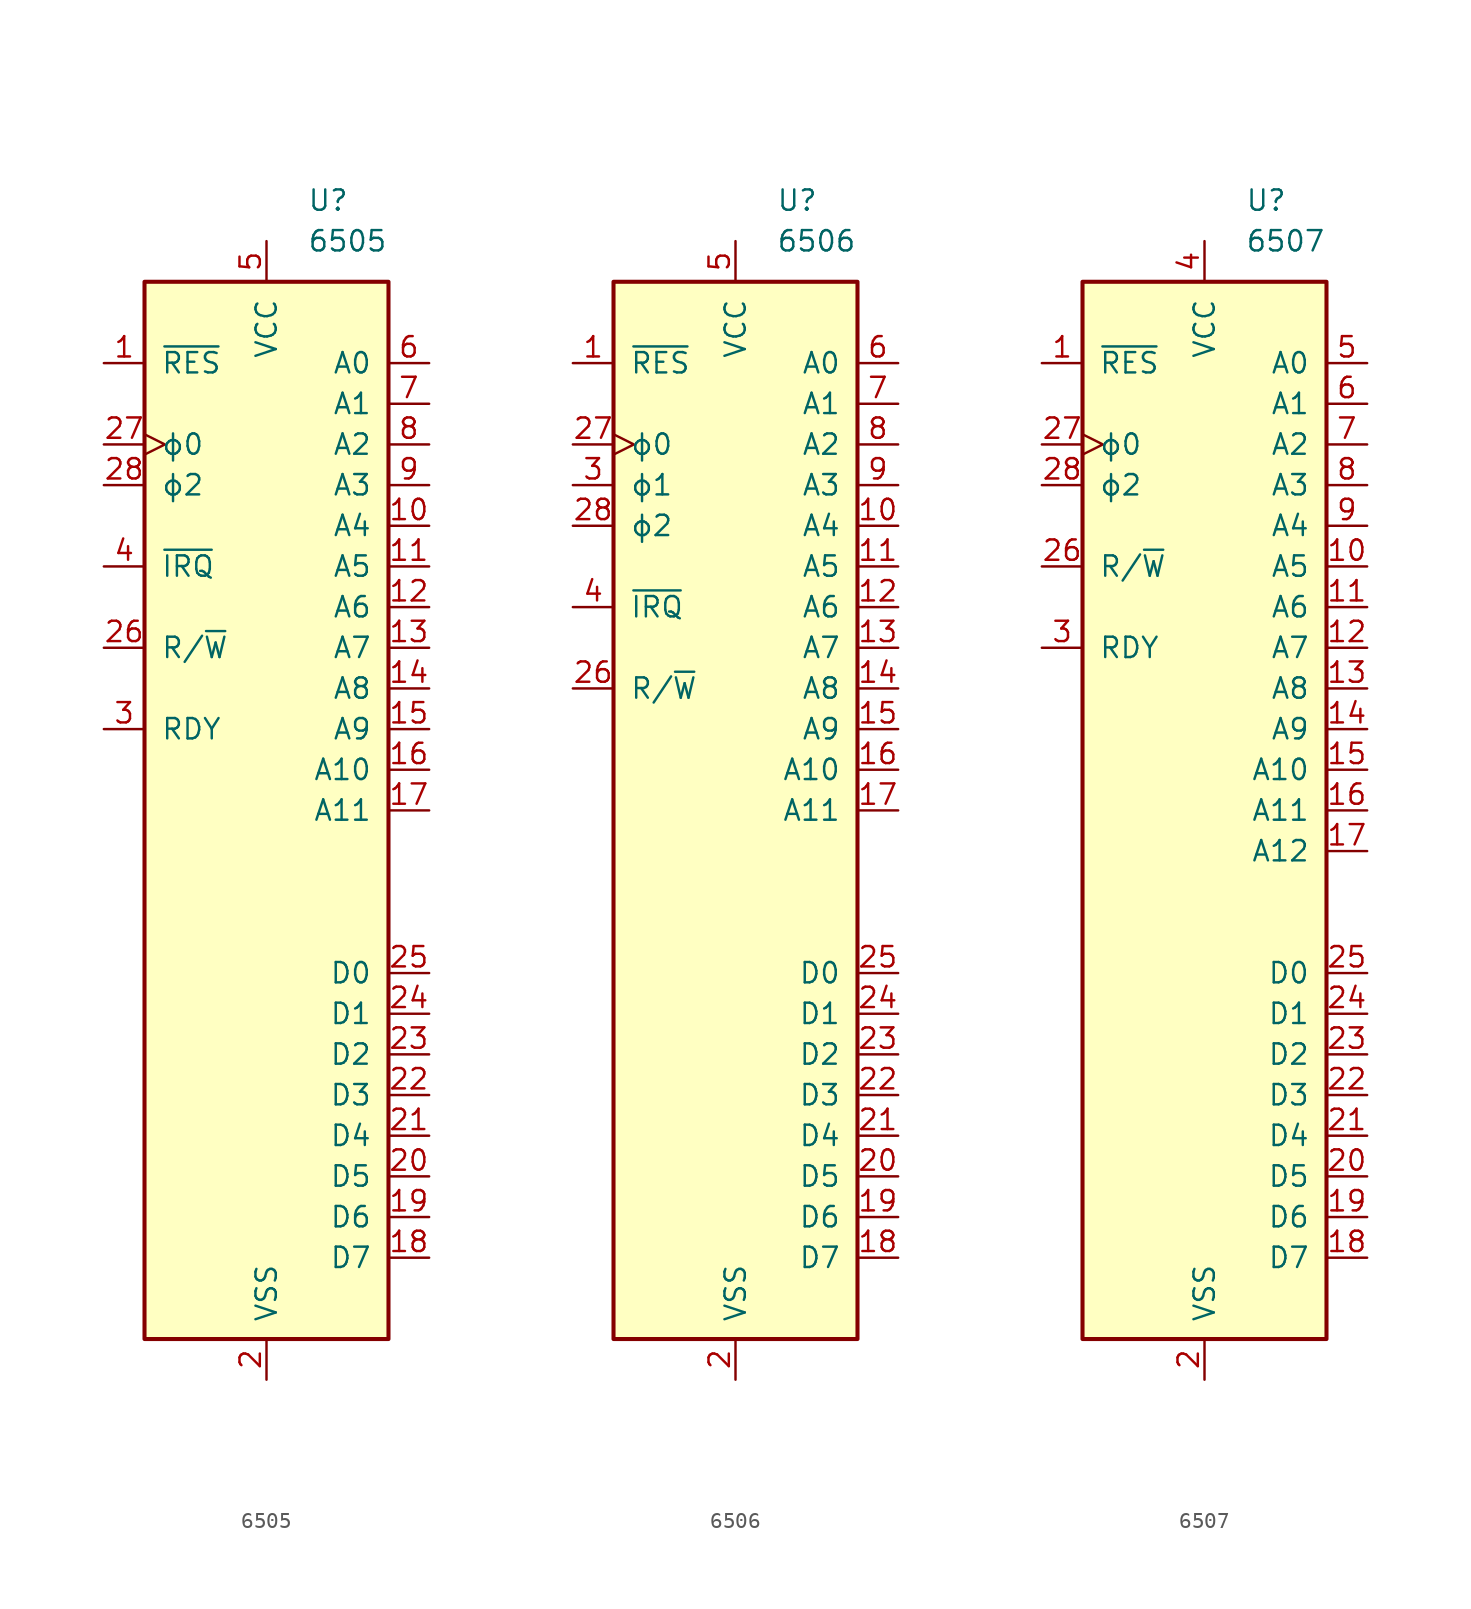
<source format=kicad_sym>
(kicad_symbol_lib
  (version 20211014)
  (generator kicad_symbol_editor)
  (symbol "6505"
    (pin_names
      (offset 1.016))
    (property "Reference" "U"
      (at 2.54 38.1 0)
      (effects (font (size 1.27 1.27)) (justify left)))
    (property "Value" "6505"
      (at 2.54 35.56 0)
      (effects (font (size 1.27 1.27)) (justify left)))
    (symbol "6505_0_1"
      (rectangle (start -7.62 33.02) (end 7.62 -33.02) (stroke (width 0.254) (type default) (color 0 0 0 0)) (fill (type background))))
    (symbol "6505_1_1"
      (pin input line (at -10.16 27.94 0) (length 2.54) (name "~{RES}" (effects (font (size 1.27 1.27)))) (number "1" (effects (font (size 1.27 1.27)))))
      (pin output line (at 10.16 17.78 180) (length 2.54) (name "A4" (effects (font (size 1.27 1.27)))) (number "10" (effects (font (size 1.27 1.27)))))
      (pin output line (at 10.16 15.24 180) (length 2.54) (name "A5" (effects (font (size 1.27 1.27)))) (number "11" (effects (font (size 1.27 1.27)))))
      (pin output line (at 10.16 12.7 180) (length 2.54) (name "A6" (effects (font (size 1.27 1.27)))) (number "12" (effects (font (size 1.27 1.27)))))
      (pin output line (at 10.16 10.16 180) (length 2.54) (name "A7" (effects (font (size 1.27 1.27)))) (number "13" (effects (font (size 1.27 1.27)))))
      (pin output line (at 10.16 7.62 180) (length 2.54) (name "A8" (effects (font (size 1.27 1.27)))) (number "14" (effects (font (size 1.27 1.27)))))
      (pin output line (at 10.16 5.08 180) (length 2.54) (name "A9" (effects (font (size 1.27 1.27)))) (number "15" (effects (font (size 1.27 1.27)))))
      (pin output line (at 10.16 2.54 180) (length 2.54) (name "A10" (effects (font (size 1.27 1.27)))) (number "16" (effects (font (size 1.27 1.27)))))
      (pin output line (at 10.16 0 180) (length 2.54) (name "A11" (effects (font (size 1.27 1.27)))) (number "17" (effects (font (size 1.27 1.27)))))
      (pin bidirectional line (at 10.16 -27.94 180) (length 2.54) (name "D7" (effects (font (size 1.27 1.27)))) (number "18" (effects (font (size 1.27 1.27)))))
      (pin bidirectional line (at 10.16 -25.4 180) (length 2.54) (name "D6" (effects (font (size 1.27 1.27)))) (number "19" (effects (font (size 1.27 1.27)))))
      (pin power_in line (at 0 -35.56 90) (length 2.54) (name "VSS" (effects (font (size 1.27 1.27)))) (number "2" (effects (font (size 1.27 1.27)))))
      (pin bidirectional line (at 10.16 -22.86 180) (length 2.54) (name "D5" (effects (font (size 1.27 1.27)))) (number "20" (effects (font (size 1.27 1.27)))))
      (pin bidirectional line (at 10.16 -20.32 180) (length 2.54) (name "D4" (effects (font (size 1.27 1.27)))) (number "21" (effects (font (size 1.27 1.27)))))
      (pin bidirectional line (at 10.16 -17.78 180) (length 2.54) (name "D3" (effects (font (size 1.27 1.27)))) (number "22" (effects (font (size 1.27 1.27)))))
      (pin bidirectional line (at 10.16 -15.24 180) (length 2.54) (name "D2" (effects (font (size 1.27 1.27)))) (number "23" (effects (font (size 1.27 1.27)))))
      (pin bidirectional line (at 10.16 -12.7 180) (length 2.54) (name "D1" (effects (font (size 1.27 1.27)))) (number "24" (effects (font (size 1.27 1.27)))))
      (pin bidirectional line (at 10.16 -10.16 180) (length 2.54) (name "D0" (effects (font (size 1.27 1.27)))) (number "25" (effects (font (size 1.27 1.27)))))
      (pin output line (at -10.16 10.16 0) (length 2.54) (name "R/~{W}" (effects (font (size 1.27 1.27)))) (number "26" (effects (font (size 1.27 1.27)))))
      (pin input clock (at -10.16 22.86 0) (length 2.54) (name "ϕ0" (effects (font (size 1.27 1.27)))) (number "27" (effects (font (size 1.27 1.27)))))
      (pin output line (at -10.16 20.32 0) (length 2.54) (name "ϕ2" (effects (font (size 1.27 1.27)))) (number "28" (effects (font (size 1.27 1.27)))))
      (pin input line (at -10.16 5.08 0) (length 2.54) (name "RDY" (effects (font (size 1.27 1.27)))) (number "3" (effects (font (size 1.27 1.27)))))
      (pin input line (at -10.16 15.24 0) (length 2.54) (name "~{IRQ}" (effects (font (size 1.27 1.27)))) (number "4" (effects (font (size 1.27 1.27)))))
      (pin power_in line (at 0 35.56 270) (length 2.54) (name "VCC" (effects (font (size 1.27 1.27)))) (number "5" (effects (font (size 1.27 1.27)))))
      (pin output line (at 10.16 27.94 180) (length 2.54) (name "A0" (effects (font (size 1.27 1.27)))) (number "6" (effects (font (size 1.27 1.27)))))
      (pin output line (at 10.16 25.4 180) (length 2.54) (name "A1" (effects (font (size 1.27 1.27)))) (number "7" (effects (font (size 1.27 1.27)))))
      (pin output line (at 10.16 22.86 180) (length 2.54) (name "A2" (effects (font (size 1.27 1.27)))) (number "8" (effects (font (size 1.27 1.27)))))
      (pin output line (at 10.16 20.32 180) (length 2.54) (name "A3" (effects (font (size 1.27 1.27)))) (number "9" (effects (font (size 1.27 1.27)))))))
  (symbol "6506"
    (pin_names
      (offset 1.016))
    (property "Reference" "U"
      (at 2.54 38.1 0)
      (effects (font (size 1.27 1.27)) (justify left)))
    (property "Value" "6506"
      (at 2.54 35.56 0)
      (effects (font (size 1.27 1.27)) (justify left)))
    (symbol "6506_0_1"
      (rectangle (start -7.62 33.02) (end 7.62 -33.02) (stroke (width 0.254) (type default) (color 0 0 0 0)) (fill (type background))))
    (symbol "6506_1_1"
      (pin input line (at -10.16 27.94 0) (length 2.54) (name "~{RES}" (effects (font (size 1.27 1.27)))) (number "1" (effects (font (size 1.27 1.27)))))
      (pin output line (at 10.16 17.78 180) (length 2.54) (name "A4" (effects (font (size 1.27 1.27)))) (number "10" (effects (font (size 1.27 1.27)))))
      (pin output line (at 10.16 15.24 180) (length 2.54) (name "A5" (effects (font (size 1.27 1.27)))) (number "11" (effects (font (size 1.27 1.27)))))
      (pin output line (at 10.16 12.7 180) (length 2.54) (name "A6" (effects (font (size 1.27 1.27)))) (number "12" (effects (font (size 1.27 1.27)))))
      (pin output line (at 10.16 10.16 180) (length 2.54) (name "A7" (effects (font (size 1.27 1.27)))) (number "13" (effects (font (size 1.27 1.27)))))
      (pin output line (at 10.16 7.62 180) (length 2.54) (name "A8" (effects (font (size 1.27 1.27)))) (number "14" (effects (font (size 1.27 1.27)))))
      (pin output line (at 10.16 5.08 180) (length 2.54) (name "A9" (effects (font (size 1.27 1.27)))) (number "15" (effects (font (size 1.27 1.27)))))
      (pin output line (at 10.16 2.54 180) (length 2.54) (name "A10" (effects (font (size 1.27 1.27)))) (number "16" (effects (font (size 1.27 1.27)))))
      (pin output line (at 10.16 0 180) (length 2.54) (name "A11" (effects (font (size 1.27 1.27)))) (number "17" (effects (font (size 1.27 1.27)))))
      (pin bidirectional line (at 10.16 -27.94 180) (length 2.54) (name "D7" (effects (font (size 1.27 1.27)))) (number "18" (effects (font (size 1.27 1.27)))))
      (pin bidirectional line (at 10.16 -25.4 180) (length 2.54) (name "D6" (effects (font (size 1.27 1.27)))) (number "19" (effects (font (size 1.27 1.27)))))
      (pin power_in line (at 0 -35.56 90) (length 2.54) (name "VSS" (effects (font (size 1.27 1.27)))) (number "2" (effects (font (size 1.27 1.27)))))
      (pin bidirectional line (at 10.16 -22.86 180) (length 2.54) (name "D5" (effects (font (size 1.27 1.27)))) (number "20" (effects (font (size 1.27 1.27)))))
      (pin bidirectional line (at 10.16 -20.32 180) (length 2.54) (name "D4" (effects (font (size 1.27 1.27)))) (number "21" (effects (font (size 1.27 1.27)))))
      (pin bidirectional line (at 10.16 -17.78 180) (length 2.54) (name "D3" (effects (font (size 1.27 1.27)))) (number "22" (effects (font (size 1.27 1.27)))))
      (pin bidirectional line (at 10.16 -15.24 180) (length 2.54) (name "D2" (effects (font (size 1.27 1.27)))) (number "23" (effects (font (size 1.27 1.27)))))
      (pin bidirectional line (at 10.16 -12.7 180) (length 2.54) (name "D1" (effects (font (size 1.27 1.27)))) (number "24" (effects (font (size 1.27 1.27)))))
      (pin bidirectional line (at 10.16 -10.16 180) (length 2.54) (name "D0" (effects (font (size 1.27 1.27)))) (number "25" (effects (font (size 1.27 1.27)))))
      (pin output line (at -10.16 7.62 0) (length 2.54) (name "R/~{W}" (effects (font (size 1.27 1.27)))) (number "26" (effects (font (size 1.27 1.27)))))
      (pin input clock (at -10.16 22.86 0) (length 2.54) (name "ϕ0" (effects (font (size 1.27 1.27)))) (number "27" (effects (font (size 1.27 1.27)))))
      (pin output line (at -10.16 17.78 0) (length 2.54) (name "ϕ2" (effects (font (size 1.27 1.27)))) (number "28" (effects (font (size 1.27 1.27)))))
      (pin output line (at -10.16 20.32 0) (length 2.54) (name "ϕ1" (effects (font (size 1.27 1.27)))) (number "3" (effects (font (size 1.27 1.27)))))
      (pin input line (at -10.16 12.7 0) (length 2.54) (name "~{IRQ}" (effects (font (size 1.27 1.27)))) (number "4" (effects (font (size 1.27 1.27)))))
      (pin power_in line (at 0 35.56 270) (length 2.54) (name "VCC" (effects (font (size 1.27 1.27)))) (number "5" (effects (font (size 1.27 1.27)))))
      (pin output line (at 10.16 27.94 180) (length 2.54) (name "A0" (effects (font (size 1.27 1.27)))) (number "6" (effects (font (size 1.27 1.27)))))
      (pin output line (at 10.16 25.4 180) (length 2.54) (name "A1" (effects (font (size 1.27 1.27)))) (number "7" (effects (font (size 1.27 1.27)))))
      (pin output line (at 10.16 22.86 180) (length 2.54) (name "A2" (effects (font (size 1.27 1.27)))) (number "8" (effects (font (size 1.27 1.27)))))
      (pin output line (at 10.16 20.32 180) (length 2.54) (name "A3" (effects (font (size 1.27 1.27)))) (number "9" (effects (font (size 1.27 1.27)))))))
  (symbol "6507"
    (pin_names
      (offset 1.016))
    (property "Reference" "U"
      (at 2.54 38.1 0)
      (effects (font (size 1.27 1.27)) (justify left)))
    (property "Value" "6507"
      (at 2.54 35.56 0)
      (effects (font (size 1.27 1.27)) (justify left)))
    (symbol "6507_0_1"
      (rectangle (start -7.62 33.02) (end 7.62 -33.02) (stroke (width 0.254) (type default) (color 0 0 0 0)) (fill (type background))))
    (symbol "6507_1_1"
      (pin input line (at -10.16 27.94 0) (length 2.54) (name "~{RES}" (effects (font (size 1.27 1.27)))) (number "1" (effects (font (size 1.27 1.27)))))
      (pin output line (at 10.16 15.24 180) (length 2.54) (name "A5" (effects (font (size 1.27 1.27)))) (number "10" (effects (font (size 1.27 1.27)))))
      (pin output line (at 10.16 12.7 180) (length 2.54) (name "A6" (effects (font (size 1.27 1.27)))) (number "11" (effects (font (size 1.27 1.27)))))
      (pin output line (at 10.16 10.16 180) (length 2.54) (name "A7" (effects (font (size 1.27 1.27)))) (number "12" (effects (font (size 1.27 1.27)))))
      (pin output line (at 10.16 7.62 180) (length 2.54) (name "A8" (effects (font (size 1.27 1.27)))) (number "13" (effects (font (size 1.27 1.27)))))
      (pin output line (at 10.16 5.08 180) (length 2.54) (name "A9" (effects (font (size 1.27 1.27)))) (number "14" (effects (font (size 1.27 1.27)))))
      (pin output line (at 10.16 2.54 180) (length 2.54) (name "A10" (effects (font (size 1.27 1.27)))) (number "15" (effects (font (size 1.27 1.27)))))
      (pin output line (at 10.16 0 180) (length 2.54) (name "A11" (effects (font (size 1.27 1.27)))) (number "16" (effects (font (size 1.27 1.27)))))
      (pin output line (at 10.16 -2.54 180) (length 2.54) (name "A12" (effects (font (size 1.27 1.27)))) (number "17" (effects (font (size 1.27 1.27)))))
      (pin bidirectional line (at 10.16 -27.94 180) (length 2.54) (name "D7" (effects (font (size 1.27 1.27)))) (number "18" (effects (font (size 1.27 1.27)))))
      (pin bidirectional line (at 10.16 -25.4 180) (length 2.54) (name "D6" (effects (font (size 1.27 1.27)))) (number "19" (effects (font (size 1.27 1.27)))))
      (pin power_in line (at 0 -35.56 90) (length 2.54) (name "VSS" (effects (font (size 1.27 1.27)))) (number "2" (effects (font (size 1.27 1.27)))))
      (pin bidirectional line (at 10.16 -22.86 180) (length 2.54) (name "D5" (effects (font (size 1.27 1.27)))) (number "20" (effects (font (size 1.27 1.27)))))
      (pin bidirectional line (at 10.16 -20.32 180) (length 2.54) (name "D4" (effects (font (size 1.27 1.27)))) (number "21" (effects (font (size 1.27 1.27)))))
      (pin bidirectional line (at 10.16 -17.78 180) (length 2.54) (name "D3" (effects (font (size 1.27 1.27)))) (number "22" (effects (font (size 1.27 1.27)))))
      (pin bidirectional line (at 10.16 -15.24 180) (length 2.54) (name "D2" (effects (font (size 1.27 1.27)))) (number "23" (effects (font (size 1.27 1.27)))))
      (pin bidirectional line (at 10.16 -12.7 180) (length 2.54) (name "D1" (effects (font (size 1.27 1.27)))) (number "24" (effects (font (size 1.27 1.27)))))
      (pin bidirectional line (at 10.16 -10.16 180) (length 2.54) (name "D0" (effects (font (size 1.27 1.27)))) (number "25" (effects (font (size 1.27 1.27)))))
      (pin output line (at -10.16 15.24 0) (length 2.54) (name "R/~{W}" (effects (font (size 1.27 1.27)))) (number "26" (effects (font (size 1.27 1.27)))))
      (pin input clock (at -10.16 22.86 0) (length 2.54) (name "ϕ0" (effects (font (size 1.27 1.27)))) (number "27" (effects (font (size 1.27 1.27)))))
      (pin output line (at -10.16 20.32 0) (length 2.54) (name "ϕ2" (effects (font (size 1.27 1.27)))) (number "28" (effects (font (size 1.27 1.27)))))
      (pin input line (at -10.16 10.16 0) (length 2.54) (name "RDY" (effects (font (size 1.27 1.27)))) (number "3" (effects (font (size 1.27 1.27)))))
      (pin power_in line (at 0 35.56 270) (length 2.54) (name "VCC" (effects (font (size 1.27 1.27)))) (number "4" (effects (font (size 1.27 1.27)))))
      (pin output line (at 10.16 27.94 180) (length 2.54) (name "A0" (effects (font (size 1.27 1.27)))) (number "5" (effects (font (size 1.27 1.27)))))
      (pin output line (at 10.16 25.4 180) (length 2.54) (name "A1" (effects (font (size 1.27 1.27)))) (number "6" (effects (font (size 1.27 1.27)))))
      (pin output line (at 10.16 22.86 180) (length 2.54) (name "A2" (effects (font (size 1.27 1.27)))) (number "7" (effects (font (size 1.27 1.27)))))
      (pin output line (at 10.16 20.32 180) (length 2.54) (name "A3" (effects (font (size 1.27 1.27)))) (number "8" (effects (font (size 1.27 1.27)))))
      (pin output line (at 10.16 17.78 180) (length 2.54) (name "A4" (effects (font (size 1.27 1.27)))) (number "9" (effects (font (size 1.27 1.27))))))))
</source>
